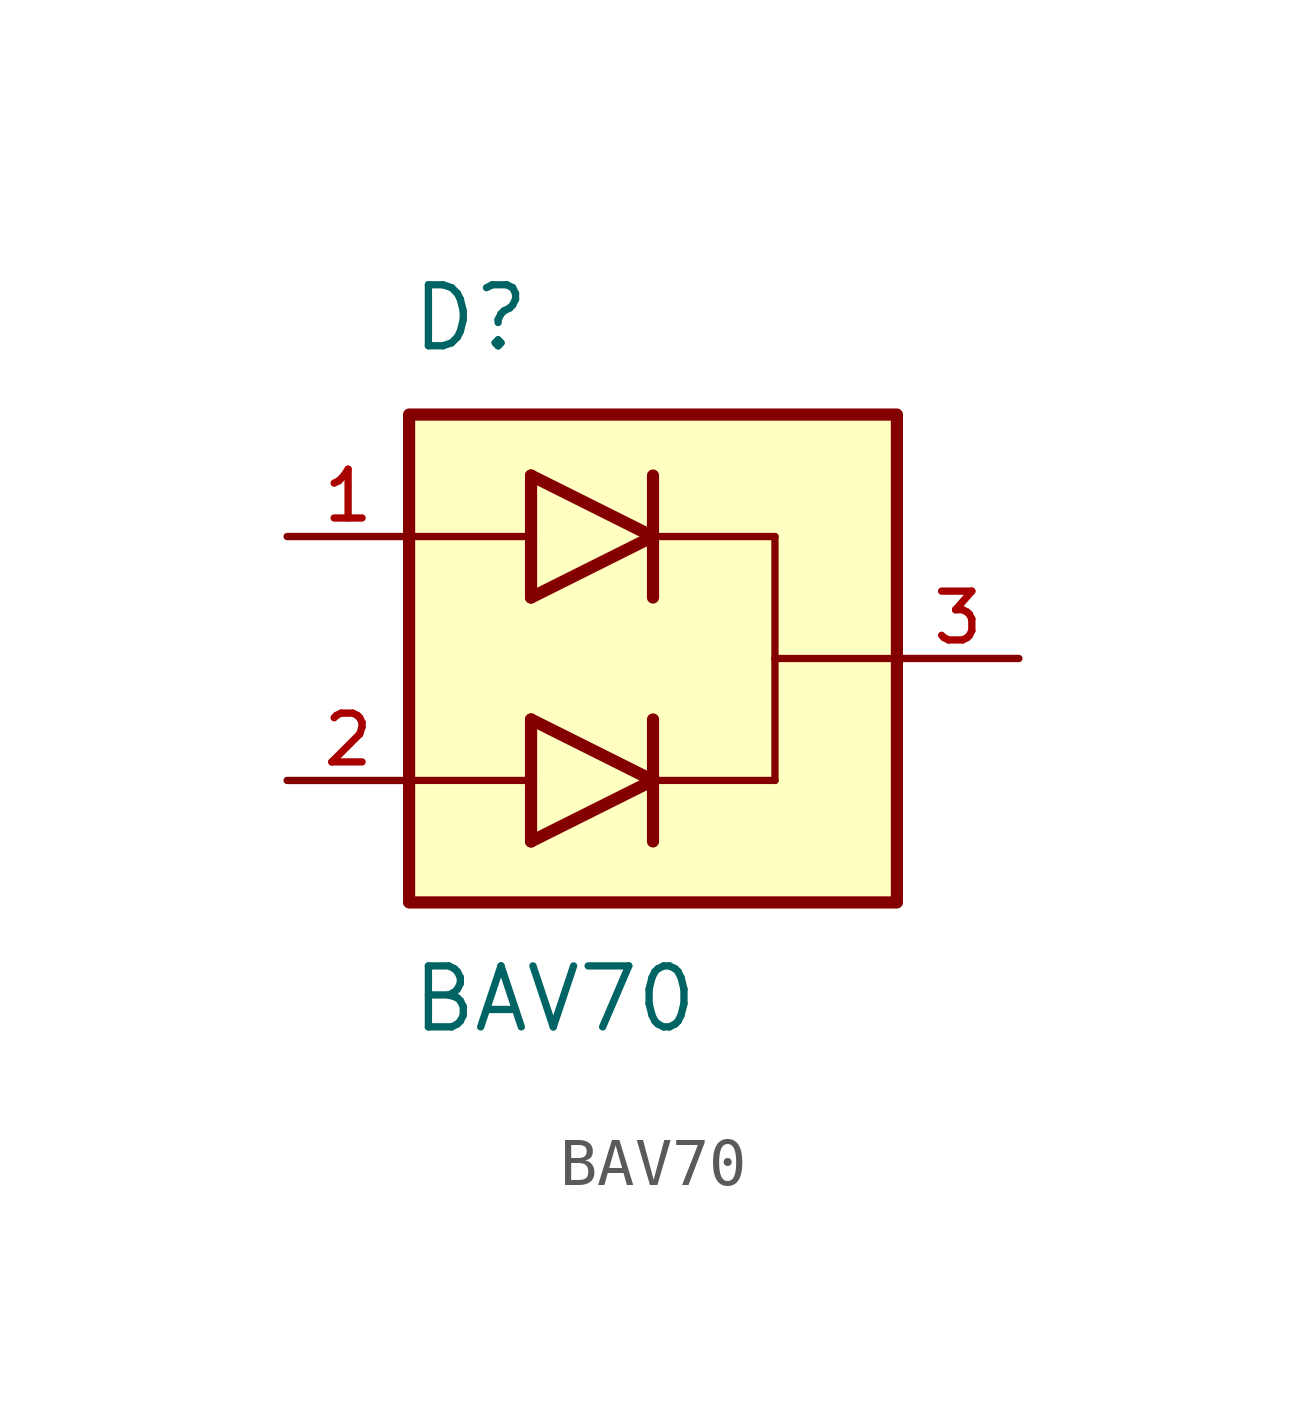
<source format=kicad_sym>
(kicad_symbol_lib
  (version 20211014)
  (generator kicad_symbol_editor)
  (symbol "BAV70"
    (pin_names
      (offset 1.016))
    (property "Reference" "D"
      (at -5.08 6.35 0)
      (effects (font (size 1.27 1.27)) (justify bottom left)))
    (property "Value" "BAV70"
      (at -5.08 -6.35 0.0)
      (effects (font (size 1.27 1.27)) (justify top left)))
    (symbol "BAV70_0_0"
      (polyline (pts (xy 2.54 -2.54) (xy 2.54 0.0)) (stroke (width 0.152)))
      (polyline (pts (xy 2.54 0.0) (xy 2.54 2.54)) (stroke (width 0.152)))
      (polyline (pts (xy 2.54 0.0) (xy 5.08 0.0)) (stroke (width 0.152)))
      (polyline (pts (xy -2.54 -1.27) (xy 0.0 -2.54)) (stroke (width 0.254)))
      (polyline (pts (xy 0.0 -2.54) (xy -2.54 -3.81)) (stroke (width 0.254)))
      (polyline (pts (xy 0.0 -3.81) (xy 0.0 -2.54)) (stroke (width 0.254)))
      (polyline (pts (xy -2.54 -3.81) (xy -2.54 -2.54)) (stroke (width 0.254)))
      (polyline (pts (xy -2.54 -2.54) (xy -2.54 -1.27)) (stroke (width 0.254)))
      (polyline (pts (xy 0.0 -2.54) (xy 0.0 -1.27)) (stroke (width 0.254)))
      (polyline (pts (xy -5.08 -2.54) (xy -2.54 -2.54)) (stroke (width 0.152)))
      (polyline (pts (xy 2.54 -2.54) (xy 0.0 -2.54)) (stroke (width 0.152)))
      (polyline (pts (xy -2.54 3.81) (xy 0.0 2.54)) (stroke (width 0.254)))
      (polyline (pts (xy 0.0 2.54) (xy -2.54 1.27)) (stroke (width 0.254)))
      (polyline (pts (xy 0.0 1.27) (xy 0.0 2.54)) (stroke (width 0.254)))
      (polyline (pts (xy -2.54 1.27) (xy -2.54 2.54)) (stroke (width 0.254)))
      (polyline (pts (xy -2.54 2.54) (xy -2.54 3.81)) (stroke (width 0.254)))
      (polyline (pts (xy 0.0 2.54) (xy 0.0 3.81)) (stroke (width 0.254)))
      (polyline (pts (xy -5.08 2.54) (xy -2.54 2.54)) (stroke (width 0.152)))
      (polyline (pts (xy 2.54 2.54) (xy 0.0 2.54)) (stroke (width 0.152)))
      (rectangle (start -5.08 -5.08) (end 5.08 5.08) (stroke (width 0.254)) (fill (type background)))
      (pin passive line (at -7.62 2.54 0) (length 2.54) (name "~" (effects (font (size 1.016 1.016)))) (number "1" (effects (font (size 1.016 1.016)))))
      (pin passive line (at -7.62 -2.54 0) (length 2.54) (name "~" (effects (font (size 1.016 1.016)))) (number "2" (effects (font (size 1.016 1.016)))))
      (pin passive line (at 7.62 0.0 180.0) (length 2.54) (name "~" (effects (font (size 1.016 1.016)))) (number "3" (effects (font (size 1.016 1.016))))))))
</source>
